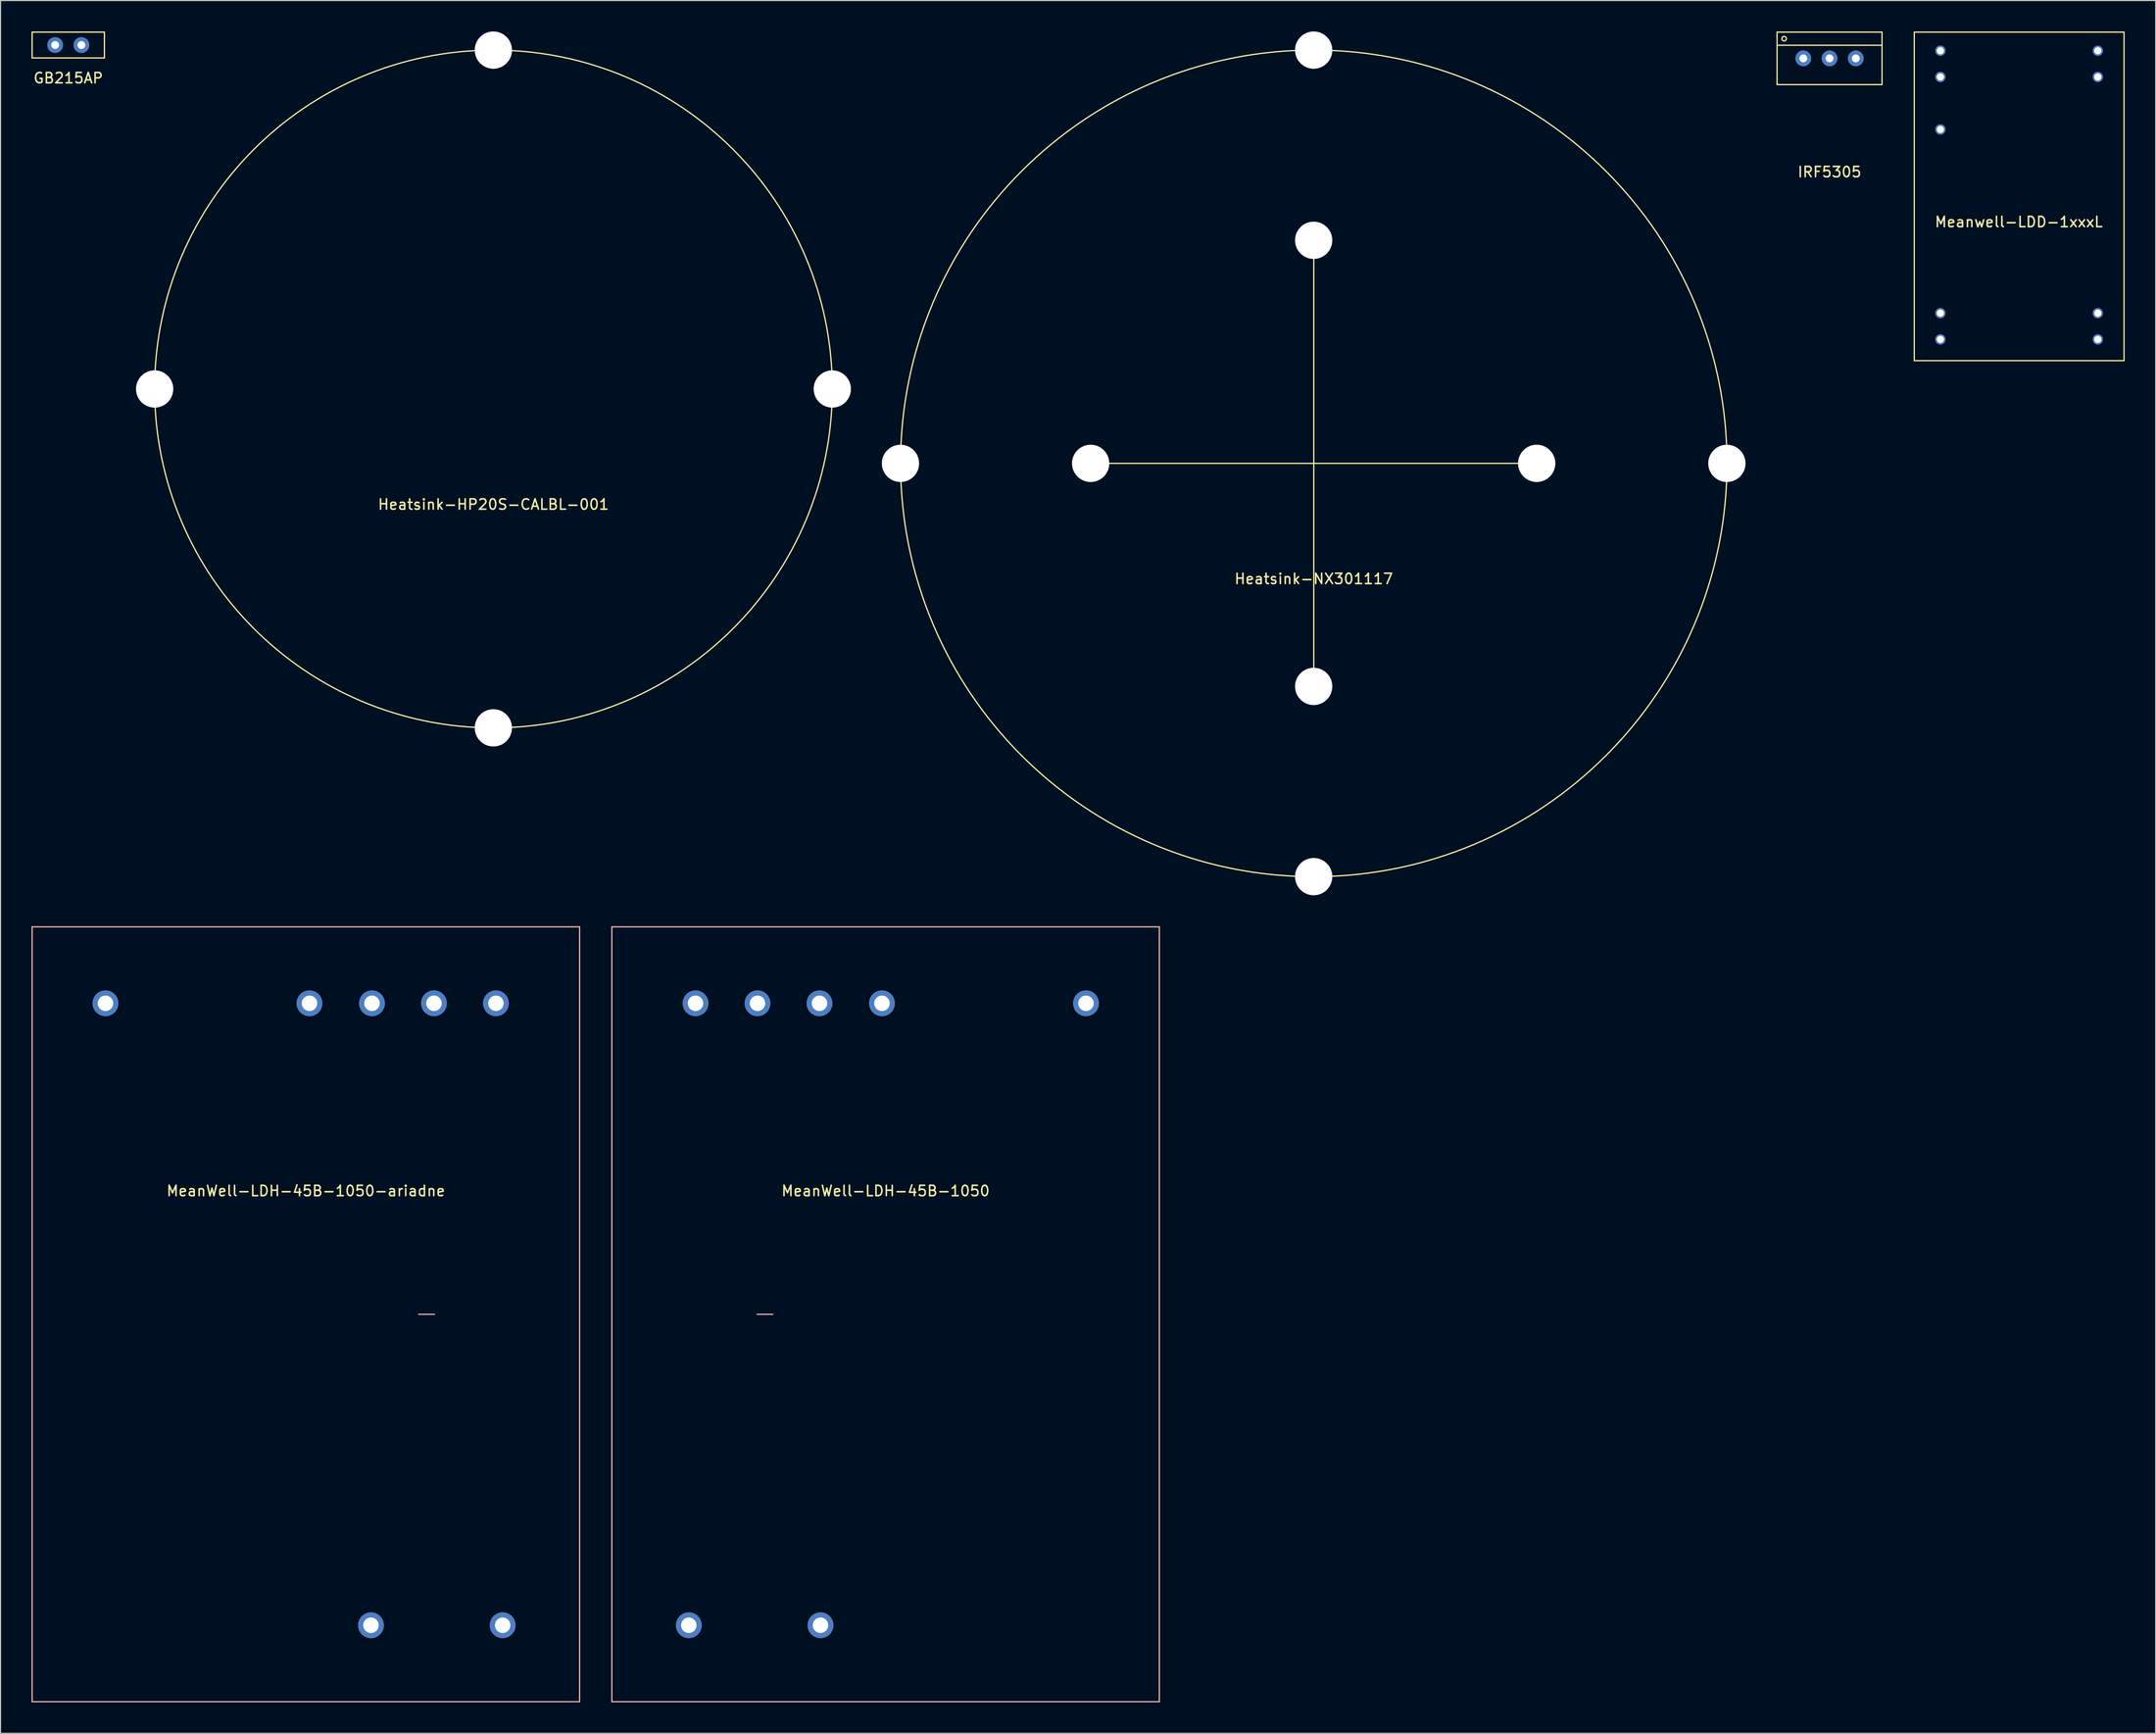
<source format=kicad_pcb>
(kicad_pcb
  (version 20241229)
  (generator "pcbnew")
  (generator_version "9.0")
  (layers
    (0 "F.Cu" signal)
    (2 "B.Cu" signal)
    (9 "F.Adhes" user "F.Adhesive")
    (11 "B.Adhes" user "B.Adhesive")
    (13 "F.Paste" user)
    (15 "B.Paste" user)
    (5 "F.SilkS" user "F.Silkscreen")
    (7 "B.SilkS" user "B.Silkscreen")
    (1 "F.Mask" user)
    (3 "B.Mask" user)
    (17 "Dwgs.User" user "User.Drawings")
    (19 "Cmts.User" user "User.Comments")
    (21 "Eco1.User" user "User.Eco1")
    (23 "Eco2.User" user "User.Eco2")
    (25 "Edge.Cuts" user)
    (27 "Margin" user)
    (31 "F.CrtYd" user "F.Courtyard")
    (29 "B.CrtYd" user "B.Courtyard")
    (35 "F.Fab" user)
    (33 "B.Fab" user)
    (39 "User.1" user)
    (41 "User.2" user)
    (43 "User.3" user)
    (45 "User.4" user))
  (footprint "IRF5305"
    (layer "F.Cu")
    (at 174.06 2.6)
    (property "Reference" "IRF5305" (at 0 11 0) (layer "F.SilkS") (effects (font (size 1 1) (thickness 0.15))))
    (attr through_hole)
    (fp_line (start -5.08 -2.54) (end 5.08 -2.54) (stroke (width 0.12) (type solid)) (layer "F.SilkS"))
    (fp_line (start -5.08 2.54) (end -5.08 -2.54) (stroke (width 0.12) (type solid)) (layer "F.SilkS"))
    (fp_line (start 5.08 -2.54) (end 5.08 2.54) (stroke (width 0.12) (type solid)) (layer "F.SilkS"))
    (fp_line (start 5.08 -1.27) (end -5.08 -1.27) (stroke (width 0.12) (type solid)) (layer "F.SilkS"))
    (fp_line (start 5.08 2.54) (end -5.08 2.54) (stroke (width 0.12) (type solid)) (layer "F.SilkS"))
    (fp_circle (center -4.4 -1.905) (end -4.527 -2.083) (stroke (width 0.12) (type solid)) (fill no) (layer "F.SilkS"))
    (pad "1" thru_hole circle (at -2.54 0) (size 1.524 1.524) (drill 0.762) (layers "*.Cu" "*.Mask"))
    (pad "2" thru_hole circle (at 0 0) (size 1.524 1.524) (drill 0.762) (layers "*.Cu" "*.Mask"))
    (pad "3" thru_hole circle (at 2.54 0) (size 1.524 1.524) (drill 0.762) (layers "*.Cu" "*.Mask")))
  (footprint "MeanWell-LDH-45B-1050-ariadne"
    (layer "F.Cu")
    (at 26.57 121.46)
    (property "Reference" "MeanWell-LDH-45B-1050-ariadne" (at -0.01 -9.238 180) (layer "F.SilkS") (effects (font (size 1 1) (thickness 0.15))))
    (attr through_hole)
    (fp_line (start -26.51 -34.8) (end -26.51 40.2) (stroke (width 0.12) (type solid)) (layer "B.SilkS"))
    (fp_line (start -26.51 -34.8) (end 26.49 -34.8) (stroke (width 0.12) (type solid)) (layer "B.SilkS"))
    (fp_line (start -26.51 40.2) (end 26.49 40.2) (stroke (width 0.12) (type solid)) (layer "B.SilkS"))
    (fp_line (start 12.436 2.7) (end 10.912 2.7) (stroke (width 0.12) (type solid)) (layer "B.SilkS"))
    (fp_line (start 26.49 -34.8) (end 26.49 40.2) (stroke (width 0.12) (type solid)) (layer "B.SilkS"))
    (pad "1" thru_hole circle (at -19.41 -27.4 180) (size 2.5 2.5) (drill 1.5) (layers "*.Cu" "*.Mask"))
    (pad "2" thru_hole circle (at 0.34 -27.4 180) (size 2.5 2.5) (drill 1.5) (layers "*.Cu" "*.Mask"))
    (pad "3" thru_hole circle (at 6.39 -27.4 180) (size 2.5 2.5) (drill 1.5) (layers "*.Cu" "*.Mask"))
    (pad "4" thru_hole circle (at 12.39 -27.4 180) (size 2.5 2.5) (drill 1.5) (layers "*.Cu" "*.Mask"))
    (pad "5" thru_hole circle (at 18.39 -27.4 180) (size 2.5 2.5) (drill 1.5) (layers "*.Cu" "*.Mask"))
    (pad "6" thru_hole circle (at 19.04 32.8 180) (size 2.5 2.5) (drill 1.5) (layers "*.Cu" "*.Mask"))
    (pad "7" thru_hole circle (at 6.29 32.8 180) (size 2.5 2.5) (drill 1.5) (layers "*.Cu" "*.Mask")))
  (footprint "GB215AP"
    (layer "F.Cu")
    (at 3.56 1.31)
    (property "Reference" "GB215AP" (at 0 3.2 0) (layer "F.SilkS") (effects (font (size 1 1) (thickness 0.15))))
    (attr through_hole)
    (fp_line (start -3.5 -1.25) (end 3.5 -1.25) (stroke (width 0.12) (type solid)) (layer "F.SilkS"))
    (fp_line (start -3.5 1.25) (end -3.5 -1.25) (stroke (width 0.12) (type solid)) (layer "F.SilkS"))
    (fp_line (start -3.5 1.25) (end 3.5 1.25) (stroke (width 0.12) (type solid)) (layer "F.SilkS"))
    (fp_line (start 3.5 -1.25) (end 3.5 1.25) (stroke (width 0.12) (type solid)) (layer "F.SilkS"))
    (pad "1" thru_hole circle (at -1.27 0) (size 1.524 1.524) (drill 0.762) (layers "*.Cu" "*.Mask"))
    (pad "2" thru_hole circle (at 1.27 0) (size 1.524 1.524) (drill 0.762) (layers "*.Cu" "*.Mask")))
  (footprint "Meanwell-LDD-1xxxL"
    (layer "F.Cu")
    (at 192.41 15.96)
    (property "Reference" "Meanwell-LDD-1xxxL" (at -0.025 2.475 0) (layer "F.SilkS") (effects (font (size 1 1) (thickness 0.15))))
    (attr through_hole)
    (fp_line (start -10.15 -15.9) (end 10.15 -15.9) (stroke (width 0.12) (type solid)) (layer "F.SilkS"))
    (fp_line (start -10.15 15.9) (end -10.15 -15.9) (stroke (width 0.12) (type solid)) (layer "F.SilkS"))
    (fp_line (start -10.15 15.9) (end 10.15 15.9) (stroke (width 0.12) (type solid)) (layer "F.SilkS"))
    (fp_line (start 10.16 15.9) (end 10.16 -15.9) (stroke (width 0.12) (type solid)) (layer "F.SilkS"))
    (pad "1" thru_hole oval (at 7.62 -14.1 270) (size 1 1) (drill 0.7) (layers "*.Cu" "*.Mask"))
    (pad "2" thru_hole oval (at 7.62 -11.56 270) (size 1 1) (drill 0.7) (layers "*.Cu" "*.Mask"))
    (pad "11" thru_hole oval (at 7.62 11.3 270) (size 1 1) (drill 0.7) (layers "*.Cu" "*.Mask"))
    (pad "12" thru_hole oval (at 7.62 13.84 270) (size 1 1) (drill 0.7) (layers "*.Cu" "*.Mask"))
    (pad "13" thru_hole oval (at -7.62 13.84 270) (size 1 1) (drill 0.7) (layers "*.Cu" "*.Mask"))
    (pad "14" thru_hole oval (at -7.62 11.3 270) (size 1 1) (drill 0.7) (layers "*.Cu" "*.Mask"))
    (pad "21" thru_hole oval (at -7.62 -6.48 270) (size 1 1) (drill 0.7) (layers "*.Cu" "*.Mask"))
    (pad "23" thru_hole oval (at -7.62 -11.56 270) (size 1 1) (drill 0.7) (layers "*.Cu" "*.Mask"))
    (pad "24" thru_hole oval (at -7.62 -14.1 270) (size 1 1) (drill 0.7) (layers "*.Cu" "*.Mask")))
  (footprint "Heatsink-HP20S-CALBL-001"
    (layer "F.Cu")
    (at 44.72 34.6)
    (property "Reference" "Heatsink-HP20S-CALBL-001" (at 0 11.176 0) (layer "F.SilkS") (effects (font (size 1 1) (thickness 0.15))))
    (attr through_hole)
    (fp_circle (center 0 0) (end 32.8 0) (stroke (width 0.12) (type solid)) (fill no) (layer "F.SilkS"))
    (pad "0" thru_hole circle (at -32.8 0) (size 3.6 3.6) (drill 3.6) (layers "*.Cu" "*.Mask"))
    (pad "0" thru_hole circle (at -0.01 -32.8) (size 3.6 3.6) (drill 3.6) (layers "*.Cu" "*.Mask"))
    (pad "0" thru_hole circle (at -0.01 32.8) (size 3.6 3.6) (drill 3.6) (layers "*.Cu" "*.Mask"))
    (pad "0" thru_hole circle (at 32.8 0) (size 3.6 3.6) (drill 3.6) (layers "*.Cu" "*.Mask")))
  (footprint "MeanWell-LDH-45B-1050"
    (layer "F.Cu")
    (at 82.73 124.36)
    (property "Reference" "MeanWell-LDH-45B-1050" (at -0.05 -12.138 180) (layer "F.SilkS") (effects (font (size 1 1) (thickness 0.15))))
    (attr through_hole)
    (fp_line (start -26.55 -37.7) (end -26.55 37.3) (stroke (width 0.12) (type solid)) (layer "B.SilkS"))
    (fp_line (start -12.496 -0.2) (end -10.972 -0.2) (stroke (width 0.12) (type solid)) (layer "B.SilkS"))
    (fp_line (start 26.45 -37.7) (end -26.55 -37.7) (stroke (width 0.12) (type solid)) (layer "B.SilkS"))
    (fp_line (start 26.45 -37.7) (end 26.45 37.3) (stroke (width 0.12) (type solid)) (layer "B.SilkS"))
    (fp_line (start 26.45 37.3) (end -26.55 37.3) (stroke (width 0.12) (type solid)) (layer "B.SilkS"))
    (pad "1" thru_hole circle (at -18.45 -30.3 180) (size 2.5 2.5) (drill 1.5) (layers "*.Cu" "*.Mask"))
    (pad "2" thru_hole circle (at -12.45 -30.3 180) (size 2.5 2.5) (drill 1.5) (layers "*.Cu" "*.Mask"))
    (pad "3" thru_hole circle (at -6.45 -30.3 180) (size 2.5 2.5) (drill 1.5) (layers "*.Cu" "*.Mask"))
    (pad "4" thru_hole circle (at -0.4 -30.3 180) (size 2.5 2.5) (drill 1.5) (layers "*.Cu" "*.Mask"))
    (pad "5" thru_hole circle (at 19.35 -30.3 180) (size 2.5 2.5) (drill 1.5) (layers "*.Cu" "*.Mask"))
    (pad "6" thru_hole circle (at -19.1 29.9 180) (size 2.5 2.5) (drill 1.5) (layers "*.Cu" "*.Mask"))
    (pad "7" thru_hole circle (at -6.35 29.9 180) (size 2.5 2.5) (drill 1.5) (layers "*.Cu" "*.Mask")))
  (footprint "Heatsink-NX301117"
    (layer "F.Cu")
    (at 124.13 41.8)
    (property "Reference" "Heatsink-NX301117" (at 0 11.176 0) (layer "F.SilkS") (effects (font (size 1 1) (thickness 0.15))))
    (attr through_hole)
    (fp_line (start -21.5 0) (end 21.5 0) (stroke (width 0.12) (type solid)) (layer "F.SilkS"))
    (fp_line (start 0 -21.5) (end 0 21.5) (stroke (width 0.12) (type solid)) (layer "F.SilkS"))
    (fp_circle (center 0 0) (end 40 0) (stroke (width 0.12) (type solid)) (fill no) (layer "F.SilkS"))
    (pad "0" thru_hole circle (at -40.01 0) (size 3.6 3.6) (drill 3.6) (layers "*.Cu" "*.Mask"))
    (pad "0" thru_hole circle (at -21.6 0) (size 3.6 3.6) (drill 3.6) (layers "*.Cu" "*.Mask"))
    (pad "0" thru_hole circle (at -0.01 -40) (size 3.6 3.6) (drill 3.6) (layers "*.Cu" "*.Mask"))
    (pad "0" thru_hole circle (at -0.01 -21.59) (size 3.6 3.6) (drill 3.6) (layers "*.Cu" "*.Mask"))
    (pad "0" thru_hole circle (at -0.01 21.59) (size 3.6 3.6) (drill 3.6) (layers "*.Cu" "*.Mask"))
    (pad "0" thru_hole circle (at -0.01 40) (size 3.6 3.6) (drill 3.6) (layers "*.Cu" "*.Mask"))
    (pad "0" thru_hole circle (at 21.58 0) (size 3.6 3.6) (drill 3.6) (layers "*.Cu" "*.Mask"))
    (pad "0" thru_hole circle (at 39.99 0) (size 3.6 3.6) (drill 3.6) (layers "*.Cu" "*.Mask")))
  (gr_rect
    (start -3 -3)
    (end 205.63 164.72)
    (stroke (width 0.1) (type default))
    (fill no)
    (layer "Edge.Cuts")))
</source>
